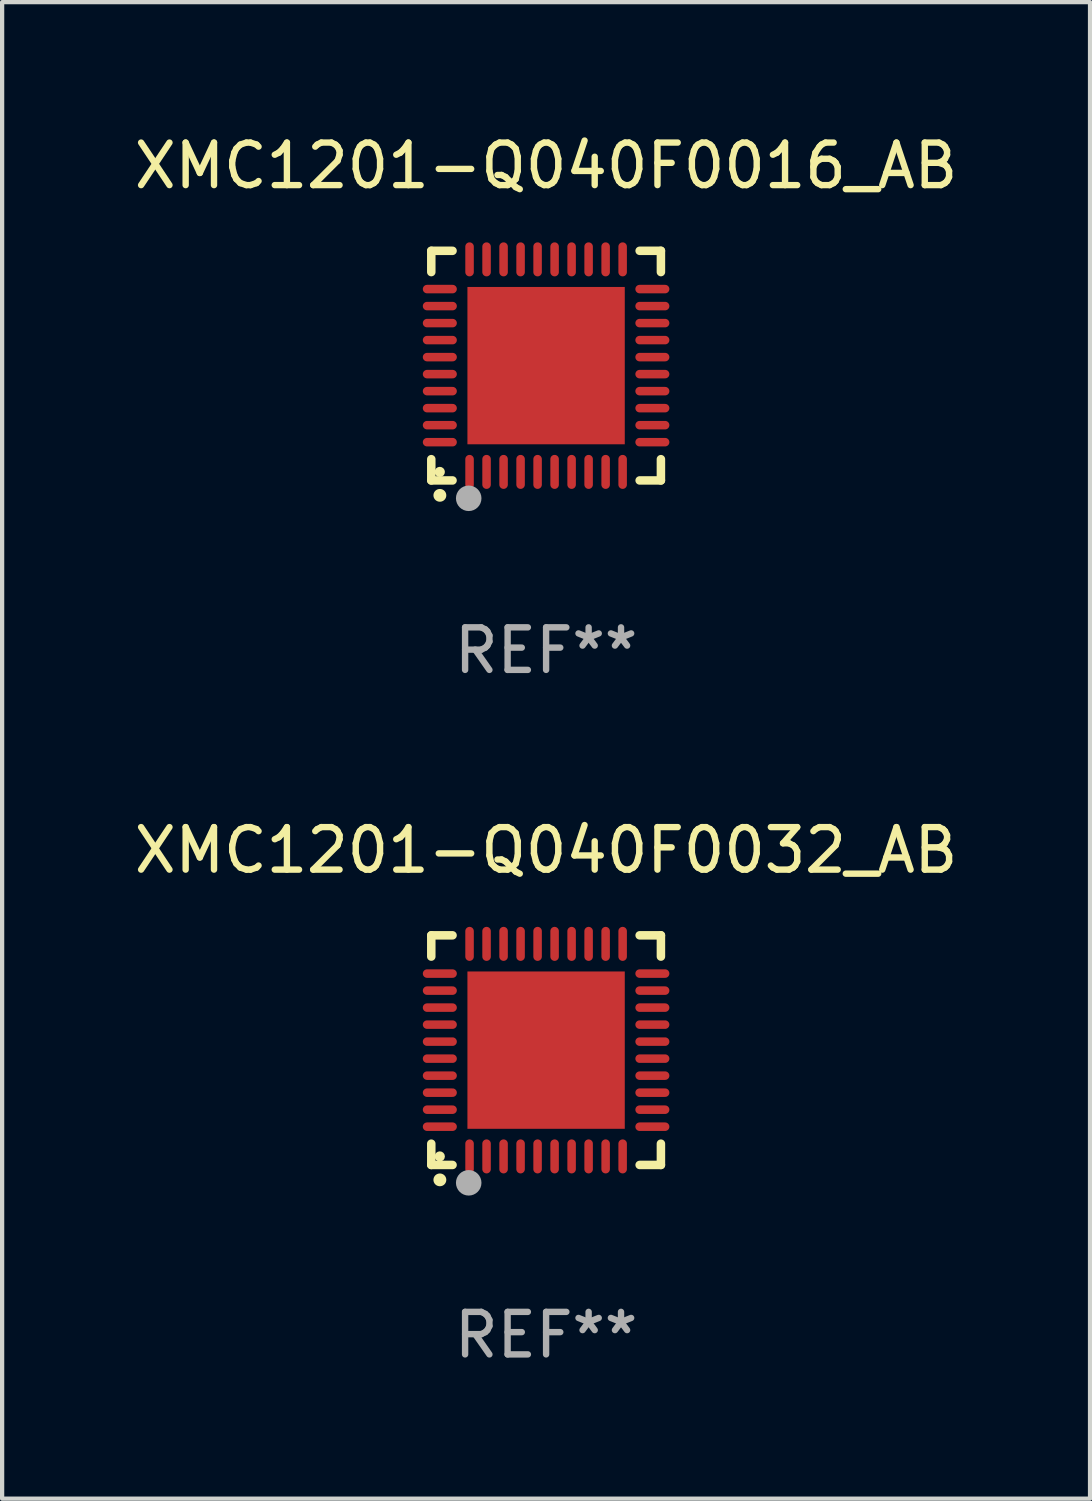
<source format=kicad_pcb>
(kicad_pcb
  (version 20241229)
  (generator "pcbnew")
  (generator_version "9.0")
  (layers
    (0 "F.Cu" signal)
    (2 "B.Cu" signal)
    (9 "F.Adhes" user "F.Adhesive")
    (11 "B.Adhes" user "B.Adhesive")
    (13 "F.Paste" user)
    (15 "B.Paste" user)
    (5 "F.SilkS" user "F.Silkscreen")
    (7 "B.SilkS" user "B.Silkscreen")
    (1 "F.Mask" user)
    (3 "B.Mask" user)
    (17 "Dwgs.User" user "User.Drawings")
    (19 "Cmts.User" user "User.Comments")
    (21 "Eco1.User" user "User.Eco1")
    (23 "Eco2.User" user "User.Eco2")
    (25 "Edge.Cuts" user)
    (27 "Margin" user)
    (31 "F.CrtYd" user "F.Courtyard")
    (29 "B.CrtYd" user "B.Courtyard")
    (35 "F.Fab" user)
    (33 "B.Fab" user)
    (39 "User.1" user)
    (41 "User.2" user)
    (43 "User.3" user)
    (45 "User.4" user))
  (footprint "XMC1201-Q040F0016_AB"
    (layer "F.Cu")
    (at 9.792 5.548)
    (property "Reference" "XMC1201-Q040F0016_AB" (at 0 -4.7 0) (layer "F.SilkS") (effects (font (size 1 1) (thickness 0.15))))
    (attr through_hole)
    (fp_line (start -2.7 -2.7) (end -2.7 -2.2) (stroke (width 0.2) (type solid)) (layer "F.SilkS"))
    (fp_line (start -2.7 2.7) (end -2.7 2.2) (stroke (width 0.2) (type solid)) (layer "F.SilkS"))
    (fp_line (start -2.2 -2.7) (end -2.7 -2.7) (stroke (width 0.2) (type solid)) (layer "F.SilkS"))
    (fp_line (start -2.2 2.7) (end -2.7 2.7) (stroke (width 0.2) (type solid)) (layer "F.SilkS"))
    (fp_line (start 2.7 -2.7) (end 2.2 -2.7) (stroke (width 0.2) (type solid)) (layer "F.SilkS"))
    (fp_line (start 2.7 -2.2) (end 2.7 -2.7) (stroke (width 0.2) (type solid)) (layer "F.SilkS"))
    (fp_line (start 2.7 2.2) (end 2.7 2.7) (stroke (width 0.2) (type solid)) (layer "F.SilkS"))
    (fp_line (start 2.7 2.7) (end 2.2 2.7) (stroke (width 0.2) (type solid)) (layer "F.SilkS"))
    (fp_arc (start -2.499365 3.050546) (mid -2.498095 3.050541) (end -2.496825 3.050546) (stroke (width 0.3) (type solid)) (layer "F.SilkS"))
    (fp_circle (center -2.5 2.5) (end -2.44 2.5) (stroke (width 0.12) (type solid)) (fill no) (layer "F.SilkS"))
    (fp_circle (center -1.82 3.12) (end -1.67 3.12) (stroke (width 0.3) (type solid)) (fill no) (layer "F.Fab"))
    (fp_text user "REF**" (at 0 6.7 0) (layer "F.Fab") (effects (font (size 1 1) (thickness 0.15))))
    (pad "1" smd oval (at -1.8 2.499) (size 0.2 0.8) (layers "F.Cu" "F.Mask" "F.Paste"))
    (pad "2" smd oval (at -1.4 2.499) (size 0.2 0.8) (layers "F.Cu" "F.Mask" "F.Paste"))
    (pad "3" smd oval (at -1 2.499) (size 0.2 0.8) (layers "F.Cu" "F.Mask" "F.Paste"))
    (pad "4" smd oval (at -0.6 2.499) (size 0.2 0.8) (layers "F.Cu" "F.Mask" "F.Paste"))
    (pad "5" smd oval (at -0.2 2.499) (size 0.2 0.8) (layers "F.Cu" "F.Mask" "F.Paste"))
    (pad "6" smd oval (at 0.2 2.499) (size 0.2 0.8) (layers "F.Cu" "F.Mask" "F.Paste"))
    (pad "7" smd oval (at 0.6 2.499) (size 0.2 0.8) (layers "F.Cu" "F.Mask" "F.Paste"))
    (pad "8" smd oval (at 1 2.499) (size 0.2 0.8) (layers "F.Cu" "F.Mask" "F.Paste"))
    (pad "9" smd oval (at 1.4 2.499) (size 0.2 0.8) (layers "F.Cu" "F.Mask" "F.Paste"))
    (pad "10" smd oval (at 1.8 2.499) (size 0.2 0.8) (layers "F.Cu" "F.Mask" "F.Paste"))
    (pad "11" smd oval (at 2.499 1.8) (size 0.8 0.2) (layers "F.Cu" "F.Mask" "F.Paste"))
    (pad "12" smd oval (at 2.499 1.4) (size 0.8 0.2) (layers "F.Cu" "F.Mask" "F.Paste"))
    (pad "13" smd oval (at 2.499 1) (size 0.8 0.2) (layers "F.Cu" "F.Mask" "F.Paste"))
    (pad "14" smd oval (at 2.499 0.6) (size 0.8 0.2) (layers "F.Cu" "F.Mask" "F.Paste"))
    (pad "15" smd oval (at 2.499 0.2) (size 0.8 0.2) (layers "F.Cu" "F.Mask" "F.Paste"))
    (pad "16" smd oval (at 2.499 -0.2) (size 0.8 0.2) (layers "F.Cu" "F.Mask" "F.Paste"))
    (pad "17" smd oval (at 2.499 -0.6) (size 0.8 0.2) (layers "F.Cu" "F.Mask" "F.Paste"))
    (pad "18" smd oval (at 2.499 -1) (size 0.8 0.2) (layers "F.Cu" "F.Mask" "F.Paste"))
    (pad "19" smd oval (at 2.499 -1.4) (size 0.8 0.2) (layers "F.Cu" "F.Mask" "F.Paste"))
    (pad "20" smd oval (at 2.499 -1.8) (size 0.8 0.2) (layers "F.Cu" "F.Mask" "F.Paste"))
    (pad "21" smd oval (at 1.8 -2.499) (size 0.2 0.8) (layers "F.Cu" "F.Mask" "F.Paste"))
    (pad "22" smd oval (at 1.4 -2.499) (size 0.2 0.8) (layers "F.Cu" "F.Mask" "F.Paste"))
    (pad "23" smd oval (at 1 -2.499) (size 0.2 0.8) (layers "F.Cu" "F.Mask" "F.Paste"))
    (pad "24" smd oval (at 0.6 -2.499) (size 0.2 0.8) (layers "F.Cu" "F.Mask" "F.Paste"))
    (pad "25" smd oval (at 0.2 -2.499) (size 0.2 0.8) (layers "F.Cu" "F.Mask" "F.Paste"))
    (pad "26" smd oval (at -0.2 -2.499) (size 0.2 0.8) (layers "F.Cu" "F.Mask" "F.Paste"))
    (pad "27" smd oval (at -0.6 -2.499) (size 0.2 0.8) (layers "F.Cu" "F.Mask" "F.Paste"))
    (pad "28" smd oval (at -1 -2.499) (size 0.2 0.8) (layers "F.Cu" "F.Mask" "F.Paste"))
    (pad "29" smd oval (at -1.4 -2.499) (size 0.2 0.8) (layers "F.Cu" "F.Mask" "F.Paste"))
    (pad "30" smd oval (at -1.8 -2.499) (size 0.2 0.8) (layers "F.Cu" "F.Mask" "F.Paste"))
    (pad "31" smd oval (at -2.499 -1.8) (size 0.8 0.2) (layers "F.Cu" "F.Mask" "F.Paste"))
    (pad "32" smd oval (at -2.499 -1.4) (size 0.8 0.2) (layers "F.Cu" "F.Mask" "F.Paste"))
    (pad "33" smd oval (at -2.499 -1) (size 0.8 0.2) (layers "F.Cu" "F.Mask" "F.Paste"))
    (pad "34" smd oval (at -2.499 -0.6) (size 0.8 0.2) (layers "F.Cu" "F.Mask" "F.Paste"))
    (pad "35" smd oval (at -2.499 -0.2) (size 0.8 0.2) (layers "F.Cu" "F.Mask" "F.Paste"))
    (pad "36" smd oval (at -2.499 0.2) (size 0.8 0.2) (layers "F.Cu" "F.Mask" "F.Paste"))
    (pad "37" smd oval (at -2.499 0.6) (size 0.8 0.2) (layers "F.Cu" "F.Mask" "F.Paste"))
    (pad "38" smd oval (at -2.499 1) (size 0.8 0.2) (layers "F.Cu" "F.Mask" "F.Paste"))
    (pad "39" smd oval (at -2.499 1.4) (size 0.8 0.2) (layers "F.Cu" "F.Mask" "F.Paste"))
    (pad "40" smd oval (at -2.499 1.8) (size 0.8 0.2) (layers "F.Cu" "F.Mask" "F.Paste"))
    (pad "41" smd rect (at 0 0) (size 3.7 3.7) (layers "F.Cu" "F.Mask" "F.Paste")))
  (footprint "XMC1201-Q040F0032_AB"
    (layer "F.Cu")
    (at 9.792 21.645)
    (property "Reference" "XMC1201-Q040F0032_AB" (at 0 -4.7 0) (layer "F.SilkS") (effects (font (size 1 1) (thickness 0.15))))
    (attr through_hole)
    (fp_line (start -2.7 -2.7) (end -2.7 -2.2) (stroke (width 0.2) (type solid)) (layer "F.SilkS"))
    (fp_line (start -2.7 2.7) (end -2.7 2.2) (stroke (width 0.2) (type solid)) (layer "F.SilkS"))
    (fp_line (start -2.2 -2.7) (end -2.7 -2.7) (stroke (width 0.2) (type solid)) (layer "F.SilkS"))
    (fp_line (start -2.2 2.7) (end -2.7 2.7) (stroke (width 0.2) (type solid)) (layer "F.SilkS"))
    (fp_line (start 2.7 -2.7) (end 2.2 -2.7) (stroke (width 0.2) (type solid)) (layer "F.SilkS"))
    (fp_line (start 2.7 -2.2) (end 2.7 -2.7) (stroke (width 0.2) (type solid)) (layer "F.SilkS"))
    (fp_line (start 2.7 2.2) (end 2.7 2.7) (stroke (width 0.2) (type solid)) (layer "F.SilkS"))
    (fp_line (start 2.7 2.7) (end 2.2 2.7) (stroke (width 0.2) (type solid)) (layer "F.SilkS"))
    (fp_arc (start -2.499365 3.050546) (mid -2.498095 3.050541) (end -2.496825 3.050546) (stroke (width 0.3) (type solid)) (layer "F.SilkS"))
    (fp_circle (center -2.5 2.5) (end -2.44 2.5) (stroke (width 0.12) (type solid)) (fill no) (layer "F.SilkS"))
    (fp_circle (center -1.82 3.12) (end -1.67 3.12) (stroke (width 0.3) (type solid)) (fill no) (layer "F.Fab"))
    (fp_text user "REF**" (at 0 6.7 0) (layer "F.Fab") (effects (font (size 1 1) (thickness 0.15))))
    (pad "1" smd oval (at -1.8 2.499) (size 0.2 0.8) (layers "F.Cu" "F.Mask" "F.Paste"))
    (pad "2" smd oval (at -1.4 2.499) (size 0.2 0.8) (layers "F.Cu" "F.Mask" "F.Paste"))
    (pad "3" smd oval (at -1 2.499) (size 0.2 0.8) (layers "F.Cu" "F.Mask" "F.Paste"))
    (pad "4" smd oval (at -0.6 2.499) (size 0.2 0.8) (layers "F.Cu" "F.Mask" "F.Paste"))
    (pad "5" smd oval (at -0.2 2.499) (size 0.2 0.8) (layers "F.Cu" "F.Mask" "F.Paste"))
    (pad "6" smd oval (at 0.2 2.499) (size 0.2 0.8) (layers "F.Cu" "F.Mask" "F.Paste"))
    (pad "7" smd oval (at 0.6 2.499) (size 0.2 0.8) (layers "F.Cu" "F.Mask" "F.Paste"))
    (pad "8" smd oval (at 1 2.499) (size 0.2 0.8) (layers "F.Cu" "F.Mask" "F.Paste"))
    (pad "9" smd oval (at 1.4 2.499) (size 0.2 0.8) (layers "F.Cu" "F.Mask" "F.Paste"))
    (pad "10" smd oval (at 1.8 2.499) (size 0.2 0.8) (layers "F.Cu" "F.Mask" "F.Paste"))
    (pad "11" smd oval (at 2.499 1.8) (size 0.8 0.2) (layers "F.Cu" "F.Mask" "F.Paste"))
    (pad "12" smd oval (at 2.499 1.4) (size 0.8 0.2) (layers "F.Cu" "F.Mask" "F.Paste"))
    (pad "13" smd oval (at 2.499 1) (size 0.8 0.2) (layers "F.Cu" "F.Mask" "F.Paste"))
    (pad "14" smd oval (at 2.499 0.6) (size 0.8 0.2) (layers "F.Cu" "F.Mask" "F.Paste"))
    (pad "15" smd oval (at 2.499 0.2) (size 0.8 0.2) (layers "F.Cu" "F.Mask" "F.Paste"))
    (pad "16" smd oval (at 2.499 -0.2) (size 0.8 0.2) (layers "F.Cu" "F.Mask" "F.Paste"))
    (pad "17" smd oval (at 2.499 -0.6) (size 0.8 0.2) (layers "F.Cu" "F.Mask" "F.Paste"))
    (pad "18" smd oval (at 2.499 -1) (size 0.8 0.2) (layers "F.Cu" "F.Mask" "F.Paste"))
    (pad "19" smd oval (at 2.499 -1.4) (size 0.8 0.2) (layers "F.Cu" "F.Mask" "F.Paste"))
    (pad "20" smd oval (at 2.499 -1.8) (size 0.8 0.2) (layers "F.Cu" "F.Mask" "F.Paste"))
    (pad "21" smd oval (at 1.8 -2.499) (size 0.2 0.8) (layers "F.Cu" "F.Mask" "F.Paste"))
    (pad "22" smd oval (at 1.4 -2.499) (size 0.2 0.8) (layers "F.Cu" "F.Mask" "F.Paste"))
    (pad "23" smd oval (at 1 -2.499) (size 0.2 0.8) (layers "F.Cu" "F.Mask" "F.Paste"))
    (pad "24" smd oval (at 0.6 -2.499) (size 0.2 0.8) (layers "F.Cu" "F.Mask" "F.Paste"))
    (pad "25" smd oval (at 0.2 -2.499) (size 0.2 0.8) (layers "F.Cu" "F.Mask" "F.Paste"))
    (pad "26" smd oval (at -0.2 -2.499) (size 0.2 0.8) (layers "F.Cu" "F.Mask" "F.Paste"))
    (pad "27" smd oval (at -0.6 -2.499) (size 0.2 0.8) (layers "F.Cu" "F.Mask" "F.Paste"))
    (pad "28" smd oval (at -1 -2.499) (size 0.2 0.8) (layers "F.Cu" "F.Mask" "F.Paste"))
    (pad "29" smd oval (at -1.4 -2.499) (size 0.2 0.8) (layers "F.Cu" "F.Mask" "F.Paste"))
    (pad "30" smd oval (at -1.8 -2.499) (size 0.2 0.8) (layers "F.Cu" "F.Mask" "F.Paste"))
    (pad "31" smd oval (at -2.499 -1.8) (size 0.8 0.2) (layers "F.Cu" "F.Mask" "F.Paste"))
    (pad "32" smd oval (at -2.499 -1.4) (size 0.8 0.2) (layers "F.Cu" "F.Mask" "F.Paste"))
    (pad "33" smd oval (at -2.499 -1) (size 0.8 0.2) (layers "F.Cu" "F.Mask" "F.Paste"))
    (pad "34" smd oval (at -2.499 -0.6) (size 0.8 0.2) (layers "F.Cu" "F.Mask" "F.Paste"))
    (pad "35" smd oval (at -2.499 -0.2) (size 0.8 0.2) (layers "F.Cu" "F.Mask" "F.Paste"))
    (pad "36" smd oval (at -2.499 0.2) (size 0.8 0.2) (layers "F.Cu" "F.Mask" "F.Paste"))
    (pad "37" smd oval (at -2.499 0.6) (size 0.8 0.2) (layers "F.Cu" "F.Mask" "F.Paste"))
    (pad "38" smd oval (at -2.499 1) (size 0.8 0.2) (layers "F.Cu" "F.Mask" "F.Paste"))
    (pad "39" smd oval (at -2.499 1.4) (size 0.8 0.2) (layers "F.Cu" "F.Mask" "F.Paste"))
    (pad "40" smd oval (at -2.499 1.8) (size 0.8 0.2) (layers "F.Cu" "F.Mask" "F.Paste"))
    (pad "41" smd rect (at 0 0) (size 3.7 3.7) (layers "F.Cu" "F.Mask" "F.Paste")))
  (gr_rect
    (start -3 -3)
    (end 22.583 32.193)
    (stroke (width 0.1) (type default))
    (fill no)
    (layer "Edge.Cuts")))
</source>
